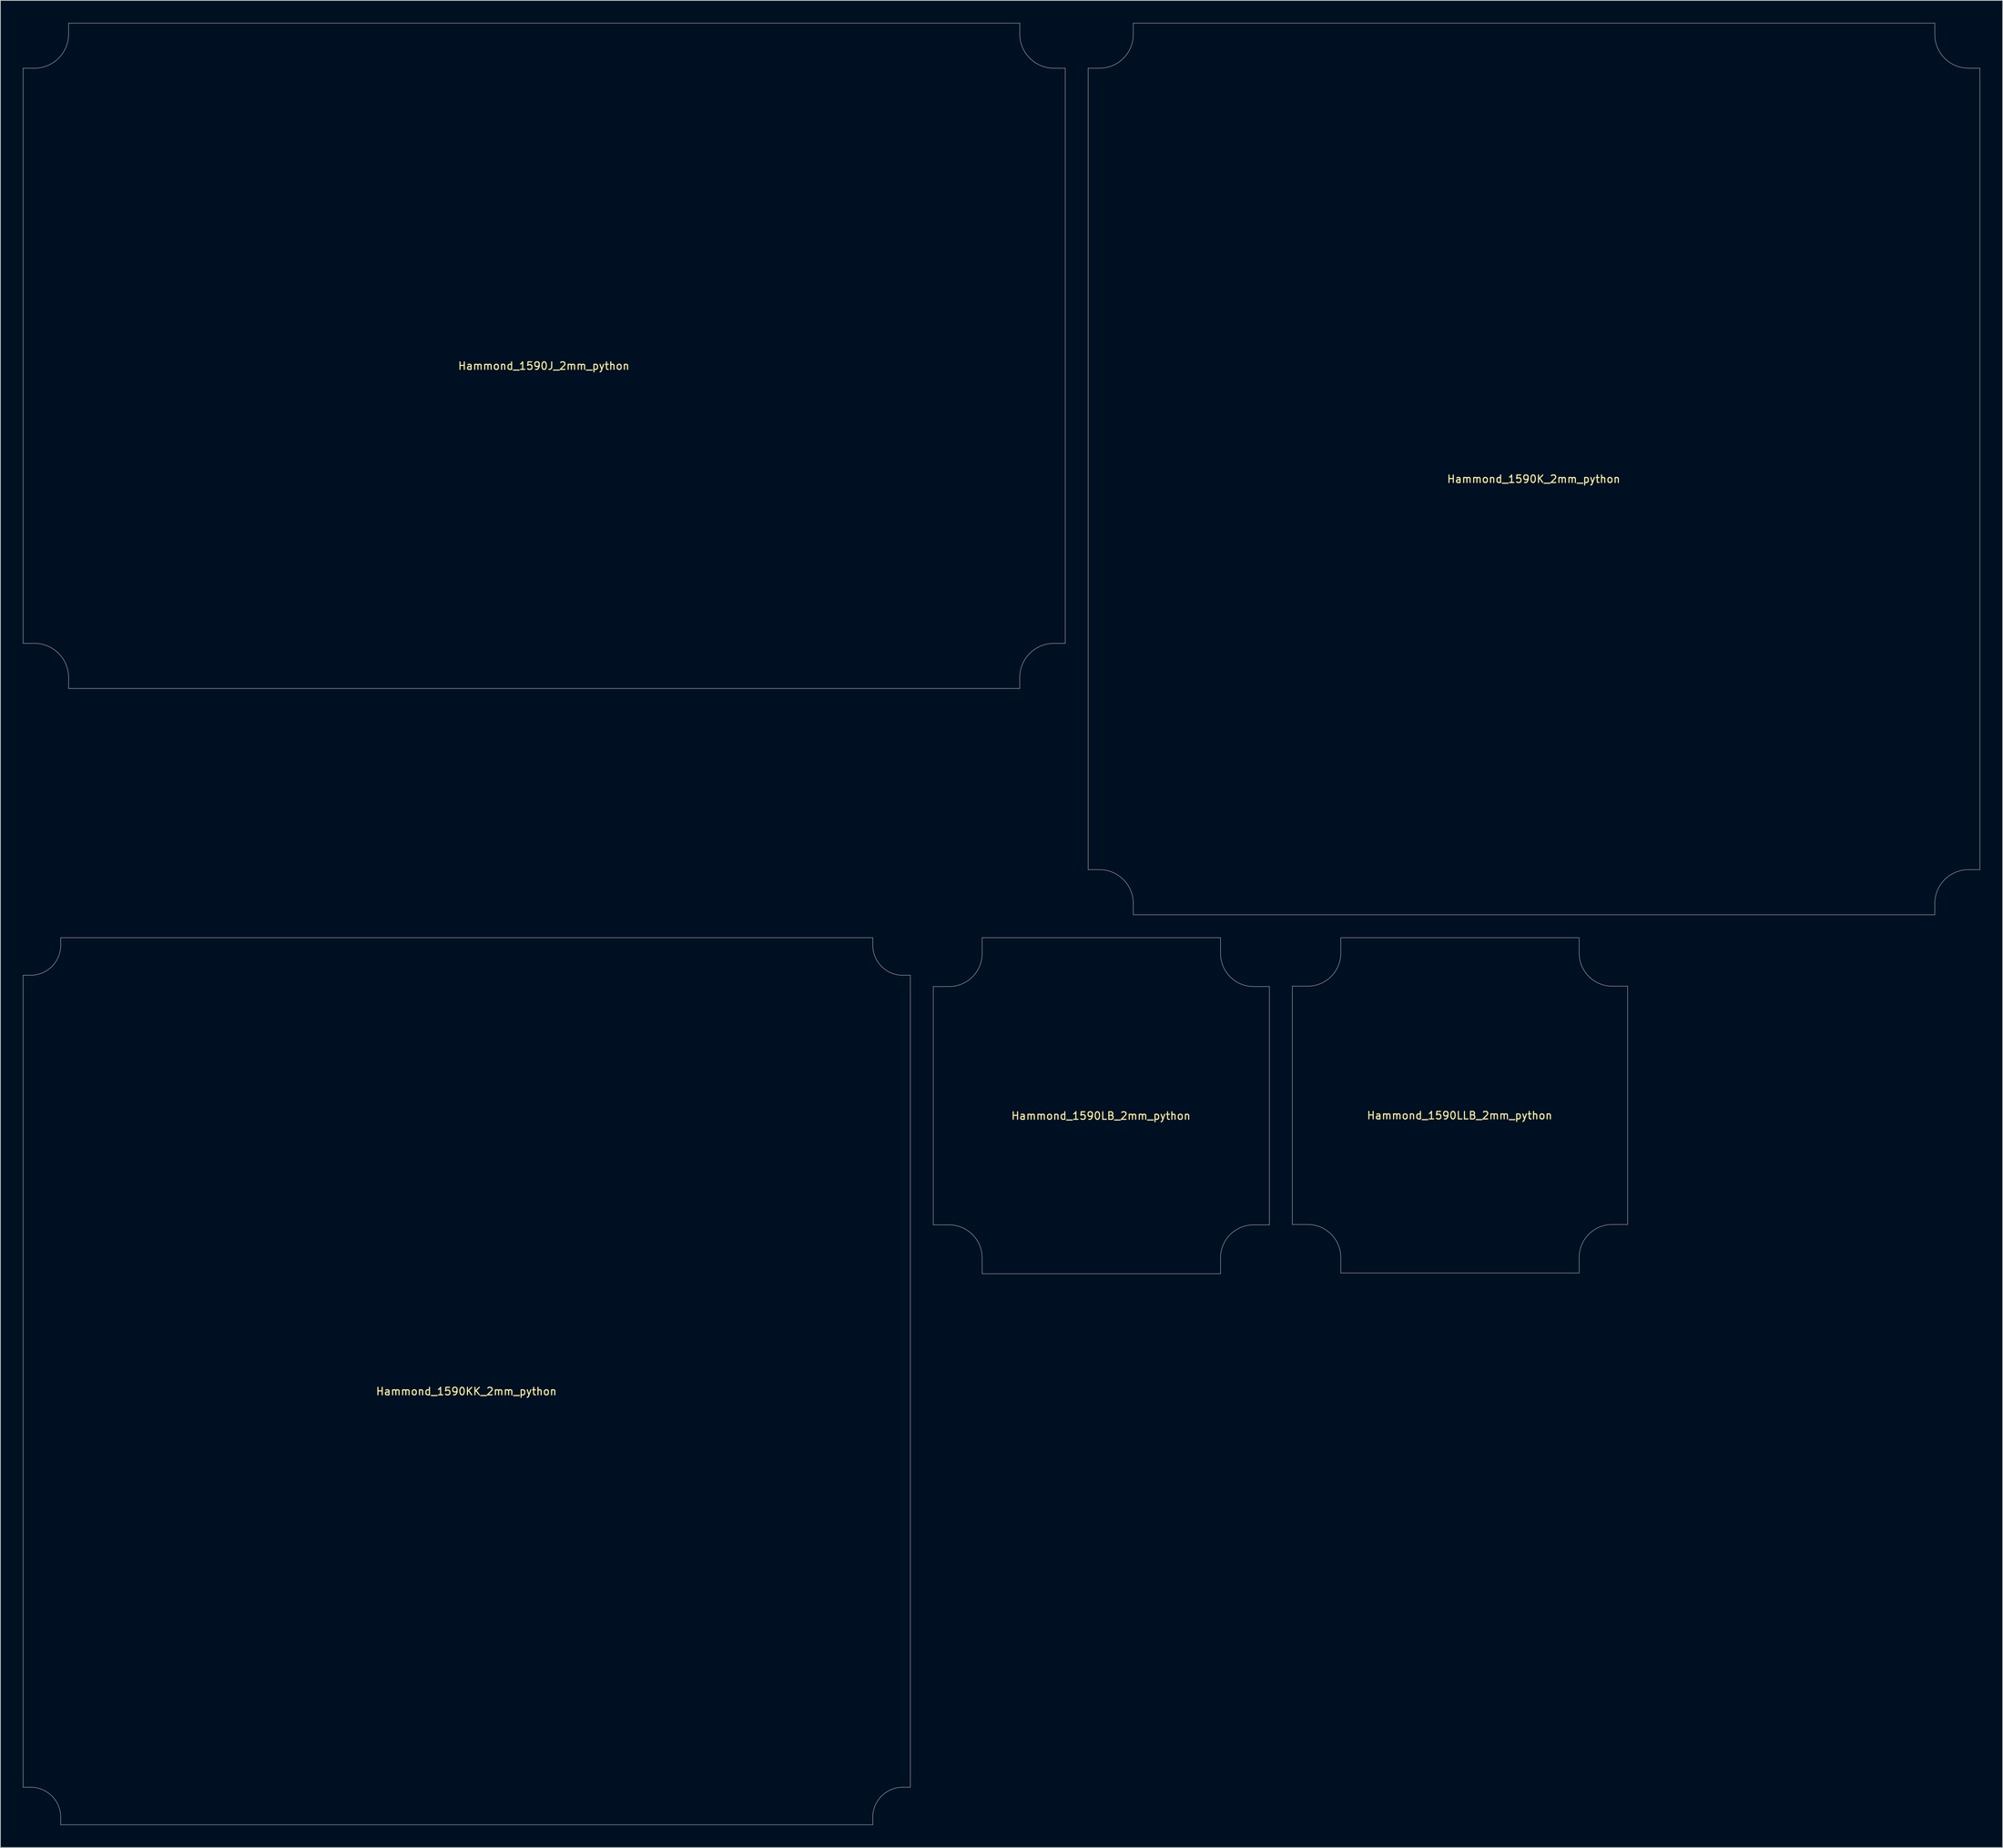
<source format=kicad_pcb>
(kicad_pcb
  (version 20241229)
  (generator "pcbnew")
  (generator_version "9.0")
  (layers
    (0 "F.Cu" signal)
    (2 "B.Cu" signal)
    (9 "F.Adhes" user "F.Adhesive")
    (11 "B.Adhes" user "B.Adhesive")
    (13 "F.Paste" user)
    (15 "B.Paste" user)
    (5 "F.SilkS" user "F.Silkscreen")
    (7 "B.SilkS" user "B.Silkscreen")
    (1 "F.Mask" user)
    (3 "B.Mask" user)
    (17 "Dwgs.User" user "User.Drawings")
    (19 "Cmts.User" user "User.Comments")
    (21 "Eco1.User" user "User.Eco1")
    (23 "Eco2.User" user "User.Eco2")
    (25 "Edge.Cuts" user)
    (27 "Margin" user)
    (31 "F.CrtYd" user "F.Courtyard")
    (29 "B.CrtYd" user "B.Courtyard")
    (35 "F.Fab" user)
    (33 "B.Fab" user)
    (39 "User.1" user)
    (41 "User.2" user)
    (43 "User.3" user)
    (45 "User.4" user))
  (footprint "Hammond_1590LB_2mm_python"
    (layer "F.Cu")
    (at 143.425 144.025)
    (property "Reference" "Hammond_1590LB_2mm_python" (at -0.05 1.35 0) (layer "F.SilkS") (effects (font (size 1 1) (thickness 0.15))))
    (attr through_hole)
    (fp_line (start -22.35 -15.85) (end -22.35 15.85) (stroke (width 0.05) (type solid)) (layer "Edge.Cuts"))
    (fp_line (start -20.25 -15.85) (end -22.35 -15.85) (stroke (width 0.05) (type solid)) (layer "Edge.Cuts"))
    (fp_line (start -20.25 15.85) (end -22.35 15.85) (stroke (width 0.05) (type solid)) (layer "Edge.Cuts"))
    (fp_line (start -15.85 -22.35) (end 15.85 -22.35) (stroke (width 0.05) (type solid)) (layer "Edge.Cuts"))
    (fp_line (start -15.85 -20.25) (end -15.85 -22.35) (stroke (width 0.05) (type solid)) (layer "Edge.Cuts"))
    (fp_line (start -15.85 20.25) (end -15.85 22.35) (stroke (width 0.05) (type solid)) (layer "Edge.Cuts"))
    (fp_line (start -15.85 22.35) (end 15.85 22.35) (stroke (width 0.05) (type solid)) (layer "Edge.Cuts"))
    (fp_line (start 15.85 -20.25) (end 15.85 -22.35) (stroke (width 0.05) (type solid)) (layer "Edge.Cuts"))
    (fp_line (start 15.85 20.25) (end 15.85 22.35) (stroke (width 0.05) (type solid)) (layer "Edge.Cuts"))
    (fp_line (start 20.25 -15.85) (end 22.35 -15.85) (stroke (width 0.05) (type solid)) (layer "Edge.Cuts"))
    (fp_line (start 20.25 15.85) (end 22.35 15.85) (stroke (width 0.05) (type solid)) (layer "Edge.Cuts"))
    (fp_line (start 22.35 -15.85) (end 22.35 15.85) (stroke (width 0.05) (type solid)) (layer "Edge.Cuts"))
    (fp_arc (start -20.25 15.85) (mid -17.13873 17.13873) (end -15.85 20.25) (stroke (width 0.05) (type solid)) (layer "Edge.Cuts"))
    (fp_arc (start -15.85 -20.25) (mid -17.13873 -17.13873) (end -20.25 -15.85) (stroke (width 0.05) (type solid)) (layer "Edge.Cuts"))
    (fp_arc (start 15.85 20.25) (mid 17.13873 17.13873) (end 20.25 15.85) (stroke (width 0.05) (type solid)) (layer "Edge.Cuts"))
    (fp_arc (start 20.25 -15.85) (mid 17.13873 -17.13873) (end 15.85 -20.25) (stroke (width 0.05) (type solid)) (layer "Edge.Cuts")))
  (footprint "Hammond_1590KK_2mm_python"
    (layer "F.Cu")
    (at 59.025 180.675)
    (property "Reference" "Hammond_1590KK_2mm_python" (at -0.05 1.35 0) (layer "F.SilkS") (effects (font (size 1 1) (thickness 0.15))))
    (attr through_hole)
    (fp_line (start -59 -54) (end -59 54) (stroke (width 0.05) (type solid)) (layer "Edge.Cuts"))
    (fp_line (start -58 -54) (end -59 -54) (stroke (width 0.05) (type solid)) (layer "Edge.Cuts"))
    (fp_line (start -58 54) (end -59 54) (stroke (width 0.05) (type solid)) (layer "Edge.Cuts"))
    (fp_line (start -54 -59) (end 54 -59) (stroke (width 0.05) (type solid)) (layer "Edge.Cuts"))
    (fp_line (start -54 -58) (end -54 -59) (stroke (width 0.05) (type solid)) (layer "Edge.Cuts"))
    (fp_line (start -54 58) (end -54 59) (stroke (width 0.05) (type solid)) (layer "Edge.Cuts"))
    (fp_line (start -54 59) (end 54 59) (stroke (width 0.05) (type solid)) (layer "Edge.Cuts"))
    (fp_line (start 54 -58) (end 54 -59) (stroke (width 0.05) (type solid)) (layer "Edge.Cuts"))
    (fp_line (start 54 58) (end 54 59) (stroke (width 0.05) (type solid)) (layer "Edge.Cuts"))
    (fp_line (start 58 -54) (end 59 -54) (stroke (width 0.05) (type solid)) (layer "Edge.Cuts"))
    (fp_line (start 58 54) (end 59 54) (stroke (width 0.05) (type solid)) (layer "Edge.Cuts"))
    (fp_line (start 59 -54) (end 59 54) (stroke (width 0.05) (type solid)) (layer "Edge.Cuts"))
    (fp_arc (start -58 54) (mid -55.171573 55.171573) (end -54 58) (stroke (width 0.05) (type solid)) (layer "Edge.Cuts"))
    (fp_arc (start -54 -58) (mid -55.171573 -55.171573) (end -58 -54) (stroke (width 0.05) (type solid)) (layer "Edge.Cuts"))
    (fp_arc (start 54 58) (mid 55.171573 55.171573) (end 58 54) (stroke (width 0.05) (type solid)) (layer "Edge.Cuts"))
    (fp_arc (start 58 -54) (mid 55.171573 -55.171573) (end 54 -58) (stroke (width 0.05) (type solid)) (layer "Edge.Cuts")))
  (footprint "Hammond_1590LLB_2mm_python"
    (layer "F.Cu")
    (at 191.125 143.975)
    (property "Reference" "Hammond_1590LLB_2mm_python" (at -0.05 1.35 0) (layer "F.SilkS") (effects (font (size 1 1) (thickness 0.15))))
    (attr through_hole)
    (fp_line (start -22.3 -15.85) (end -22.3 15.85) (stroke (width 0.05) (type solid)) (layer "Edge.Cuts"))
    (fp_line (start -20.25 -15.85) (end -22.3 -15.85) (stroke (width 0.05) (type solid)) (layer "Edge.Cuts"))
    (fp_line (start -20.25 15.85) (end -22.3 15.85) (stroke (width 0.05) (type solid)) (layer "Edge.Cuts"))
    (fp_line (start -15.85 -22.3) (end 15.85 -22.3) (stroke (width 0.05) (type solid)) (layer "Edge.Cuts"))
    (fp_line (start -15.85 -20.25) (end -15.85 -22.3) (stroke (width 0.05) (type solid)) (layer "Edge.Cuts"))
    (fp_line (start -15.85 20.25) (end -15.85 22.3) (stroke (width 0.05) (type solid)) (layer "Edge.Cuts"))
    (fp_line (start -15.85 22.3) (end 15.85 22.3) (stroke (width 0.05) (type solid)) (layer "Edge.Cuts"))
    (fp_line (start 15.85 -20.25) (end 15.85 -22.3) (stroke (width 0.05) (type solid)) (layer "Edge.Cuts"))
    (fp_line (start 15.85 20.25) (end 15.85 22.3) (stroke (width 0.05) (type solid)) (layer "Edge.Cuts"))
    (fp_line (start 20.25 -15.85) (end 22.3 -15.85) (stroke (width 0.05) (type solid)) (layer "Edge.Cuts"))
    (fp_line (start 20.25 15.85) (end 22.3 15.85) (stroke (width 0.05) (type solid)) (layer "Edge.Cuts"))
    (fp_line (start 22.3 -15.85) (end 22.3 15.85) (stroke (width 0.05) (type solid)) (layer "Edge.Cuts"))
    (fp_arc (start -20.25 15.85) (mid -17.13873 17.13873) (end -15.85 20.25) (stroke (width 0.05) (type solid)) (layer "Edge.Cuts"))
    (fp_arc (start -15.85 -20.25) (mid -17.13873 -17.13873) (end -20.25 -15.85) (stroke (width 0.05) (type solid)) (layer "Edge.Cuts"))
    (fp_arc (start 15.85 20.25) (mid 17.13873 17.13873) (end 20.25 15.85) (stroke (width 0.05) (type solid)) (layer "Edge.Cuts"))
    (fp_arc (start 20.25 -15.85) (mid 17.13873 -17.13873) (end 15.85 -20.25) (stroke (width 0.05) (type solid)) (layer "Edge.Cuts")))
  (footprint "Hammond_1590J_2mm_python"
    (layer "F.Cu")
    (at 69.325 44.275)
    (property "Reference" "Hammond_1590J_2mm_python" (at -0.05 1.35 0) (layer "F.SilkS") (effects (font (size 1 1) (thickness 0.15))))
    (attr through_hole)
    (fp_line (start -69.3 -38.25) (end -69.3 38.25) (stroke (width 0.05) (type solid)) (layer "Edge.Cuts"))
    (fp_line (start -67.8 -38.25) (end -69.3 -38.25) (stroke (width 0.05) (type solid)) (layer "Edge.Cuts"))
    (fp_line (start -67.8 38.25) (end -69.3 38.25) (stroke (width 0.05) (type solid)) (layer "Edge.Cuts"))
    (fp_line (start -63.25 -44.25) (end 63.25 -44.25) (stroke (width 0.05) (type solid)) (layer "Edge.Cuts"))
    (fp_line (start -63.25 -42.8) (end -63.25 -44.25) (stroke (width 0.05) (type solid)) (layer "Edge.Cuts"))
    (fp_line (start -63.25 42.8) (end -63.25 44.25) (stroke (width 0.05) (type solid)) (layer "Edge.Cuts"))
    (fp_line (start -63.25 44.25) (end 63.25 44.25) (stroke (width 0.05) (type solid)) (layer "Edge.Cuts"))
    (fp_line (start 63.25 -42.8) (end 63.25 -44.25) (stroke (width 0.05) (type solid)) (layer "Edge.Cuts"))
    (fp_line (start 63.25 42.8) (end 63.25 44.25) (stroke (width 0.05) (type solid)) (layer "Edge.Cuts"))
    (fp_line (start 67.8 -38.25) (end 69.3 -38.25) (stroke (width 0.05) (type solid)) (layer "Edge.Cuts"))
    (fp_line (start 67.8 38.25) (end 69.3 38.25) (stroke (width 0.05) (type solid)) (layer "Edge.Cuts"))
    (fp_line (start 69.3 -38.25) (end 69.3 38.25) (stroke (width 0.05) (type solid)) (layer "Edge.Cuts"))
    (fp_arc (start -67.8 38.25) (mid -64.582664 39.582664) (end -63.25 42.8) (stroke (width 0.05) (type solid)) (layer "Edge.Cuts"))
    (fp_arc (start -63.25 -42.8) (mid -64.582664 -39.582664) (end -67.8 -38.25) (stroke (width 0.05) (type solid)) (layer "Edge.Cuts"))
    (fp_arc (start 63.25 42.8) (mid 64.582664 39.582664) (end 67.8 38.25) (stroke (width 0.05) (type solid)) (layer "Edge.Cuts"))
    (fp_arc (start 67.8 -38.25) (mid 64.582664 -39.582664) (end 63.25 -42.8) (stroke (width 0.05) (type solid)) (layer "Edge.Cuts")))
  (footprint "Hammond_1590K_2mm_python"
    (layer "F.Cu")
    (at 200.975 59.325)
    (property "Reference" "Hammond_1590K_2mm_python" (at -0.05 1.35 0) (layer "F.SilkS") (effects (font (size 1 1) (thickness 0.15))))
    (attr through_hole)
    (fp_line (start -59.3 -53.3) (end -59.3 53.3) (stroke (width 0.05) (type solid)) (layer "Edge.Cuts"))
    (fp_line (start -57.8 -53.3) (end -59.3 -53.3) (stroke (width 0.05) (type solid)) (layer "Edge.Cuts"))
    (fp_line (start -57.8 53.3) (end -59.3 53.3) (stroke (width 0.05) (type solid)) (layer "Edge.Cuts"))
    (fp_line (start -53.3 -59.3) (end 53.3 -59.3) (stroke (width 0.05) (type solid)) (layer "Edge.Cuts"))
    (fp_line (start -53.3 -57.8) (end -53.3 -59.3) (stroke (width 0.05) (type solid)) (layer "Edge.Cuts"))
    (fp_line (start -53.3 57.8) (end -53.3 59.3) (stroke (width 0.05) (type solid)) (layer "Edge.Cuts"))
    (fp_line (start -53.3 59.3) (end 53.3 59.3) (stroke (width 0.05) (type solid)) (layer "Edge.Cuts"))
    (fp_line (start 53.3 -57.8) (end 53.3 -59.3) (stroke (width 0.05) (type solid)) (layer "Edge.Cuts"))
    (fp_line (start 53.3 57.8) (end 53.3 59.3) (stroke (width 0.05) (type solid)) (layer "Edge.Cuts"))
    (fp_line (start 57.8 -53.3) (end 59.3 -53.3) (stroke (width 0.05) (type solid)) (layer "Edge.Cuts"))
    (fp_line (start 57.8 53.3) (end 59.3 53.3) (stroke (width 0.05) (type solid)) (layer "Edge.Cuts"))
    (fp_line (start 59.3 -53.3) (end 59.3 53.3) (stroke (width 0.05) (type solid)) (layer "Edge.Cuts"))
    (fp_arc (start -57.8 53.3) (mid -54.618019 54.618019) (end -53.3 57.8) (stroke (width 0.05) (type solid)) (layer "Edge.Cuts"))
    (fp_arc (start -53.3 -57.8) (mid -54.618019 -54.618019) (end -57.8 -53.3) (stroke (width 0.05) (type solid)) (layer "Edge.Cuts"))
    (fp_arc (start 53.3 57.8) (mid 54.618019 54.618019) (end 57.8 53.3) (stroke (width 0.05) (type solid)) (layer "Edge.Cuts"))
    (fp_arc (start 57.8 -53.3) (mid 54.618019 -54.618019) (end 53.3 -57.8) (stroke (width 0.05) (type solid)) (layer "Edge.Cuts")))
  (gr_rect
    (start -3 -3)
    (end 263.3 242.7)
    (stroke (width 0.1) (type default))
    (fill no)
    (layer "Edge.Cuts")))
</source>
